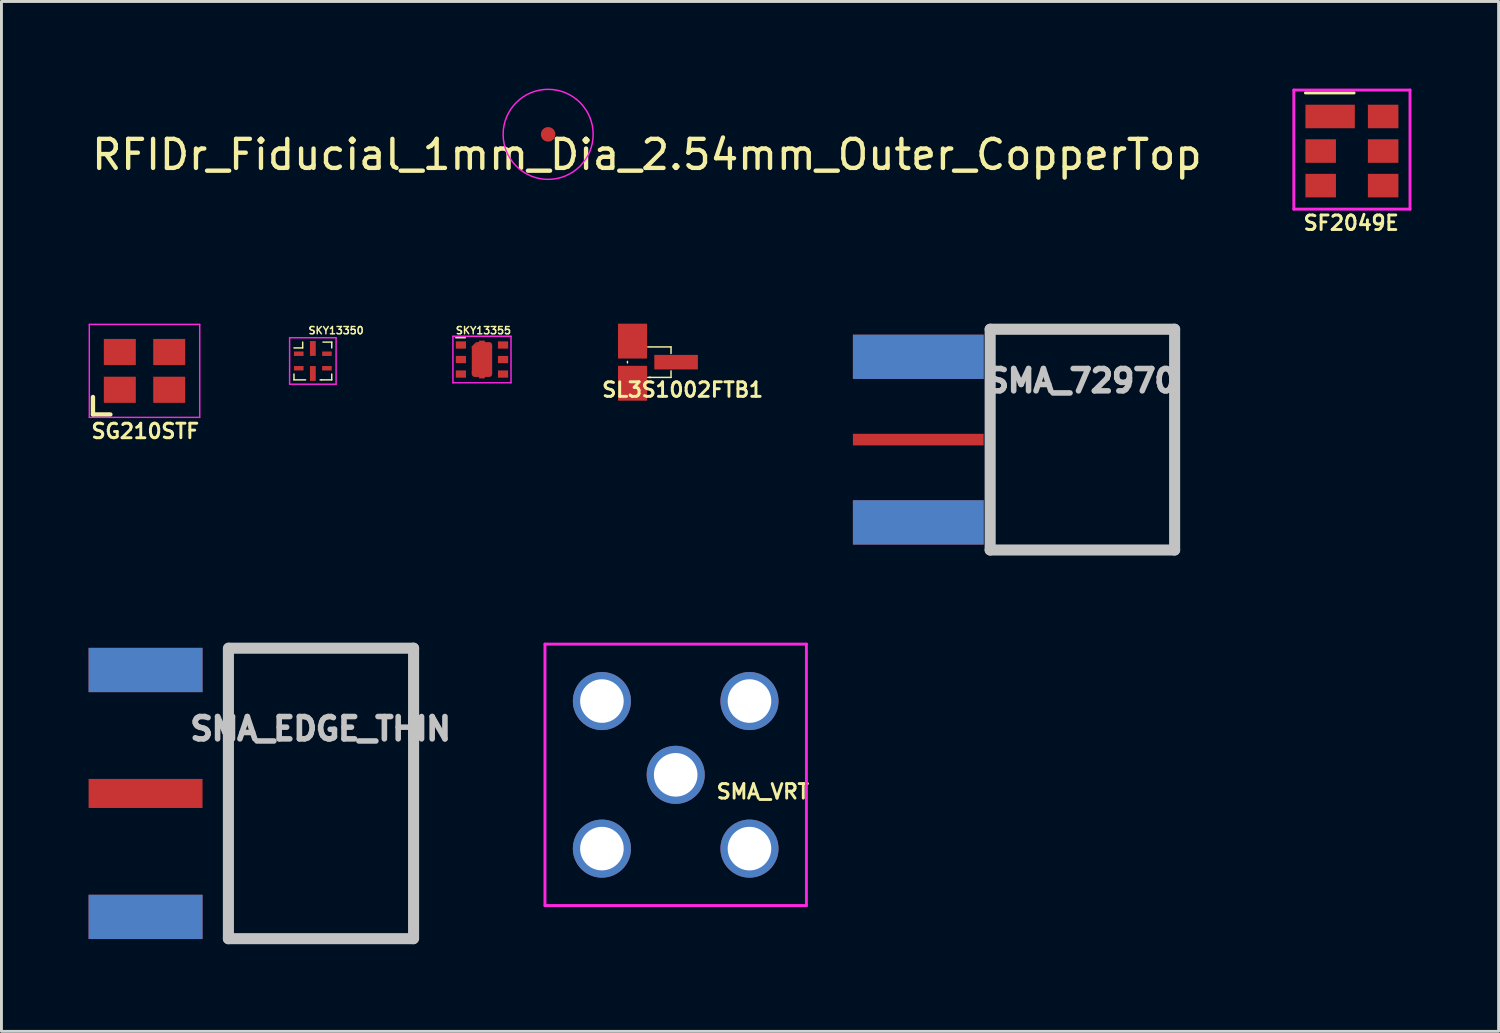
<source format=kicad_pcb>
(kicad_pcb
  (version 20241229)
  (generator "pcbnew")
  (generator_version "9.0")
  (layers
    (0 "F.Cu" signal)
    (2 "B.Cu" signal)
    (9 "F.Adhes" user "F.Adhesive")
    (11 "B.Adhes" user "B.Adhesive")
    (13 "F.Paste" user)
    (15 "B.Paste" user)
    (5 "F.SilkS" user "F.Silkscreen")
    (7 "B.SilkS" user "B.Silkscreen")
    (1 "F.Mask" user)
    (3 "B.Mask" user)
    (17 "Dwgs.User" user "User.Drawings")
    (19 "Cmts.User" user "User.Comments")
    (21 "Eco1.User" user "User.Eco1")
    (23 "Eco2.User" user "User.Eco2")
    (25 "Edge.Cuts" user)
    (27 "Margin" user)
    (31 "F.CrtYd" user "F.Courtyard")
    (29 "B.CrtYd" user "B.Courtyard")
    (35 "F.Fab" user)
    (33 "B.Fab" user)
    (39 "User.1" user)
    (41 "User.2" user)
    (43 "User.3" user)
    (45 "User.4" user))
  (footprint "SF2049E"
    (layer "F.Cu")
    (at 43.49 2.15)
    (property "Reference" "SF2049E" (at -0.025 2.475 0) (layer "F.SilkS") (effects (font (size 0.5 0.5) (thickness 0.1))))
    (attr through_hole)
    (fp_line (start -1.6 -2) (end 0.075 -2) (stroke (width 0.1) (type solid)) (layer "F.SilkS"))
    (fp_line (start -2 -2.1) (end -2 2) (stroke (width 0.1) (type solid)) (layer "F.CrtYd"))
    (fp_line (start -2 2) (end 2 2) (stroke (width 0.1) (type solid)) (layer "F.CrtYd"))
    (fp_line (start 2 -2.1) (end -2 -2.1) (stroke (width 0.1) (type solid)) (layer "F.CrtYd"))
    (fp_line (start 2 2) (end 2 -2.1) (stroke (width 0.1) (type solid)) (layer "F.CrtYd"))
    (pad "1" smd rect (at -0.75 -1.19) (size 1.7 0.81) (layers "F.Cu" "F.Mask" "F.Paste"))
    (pad "2" smd rect (at -1.075 0) (size 1.05 0.81) (layers "F.Cu" "F.Mask" "F.Paste"))
    (pad "3" smd rect (at -1.075 1.19) (size 1.05 0.81) (layers "F.Cu" "F.Mask" "F.Paste"))
    (pad "4" smd rect (at 1.075 1.19) (size 1.05 0.81) (layers "F.Cu" "F.Mask" "F.Paste"))
    (pad "5" smd rect (at 1.075 0) (size 1.05 0.81) (layers "F.Cu" "F.Mask" "F.Paste"))
    (pad "6" smd rect (at 1.075 -1.19) (size 1.05 0.81) (layers "F.Cu" "F.Mask" "F.Paste")))
  (footprint "SMA_EDGE_THIN"
    (layer "F.Cu")
    (at 4.188 24.265)
    (property "Reference" "SMA_EDGE_THIN" (at 3.8 -2.225 0) (layer "Dwgs.User") (effects (font (size 0.768 0.768) (thickness 0.192))))
    (attr through_hole)
    (fp_line (start 0.625 -5) (end 0.625 5) (stroke (width 0.381) (type solid)) (layer "Dwgs.User"))
    (fp_line (start 0.625 5) (end 6.975 5) (stroke (width 0.381) (type solid)) (layer "Dwgs.User"))
    (fp_line (start 7 -5) (end 0.65 -5) (stroke (width 0.381) (type solid)) (layer "Dwgs.User"))
    (fp_line (start 7 5) (end 7 -5) (stroke (width 0.381) (type solid)) (layer "Dwgs.User"))
    (pad "0" connect rect (at -2.227 -4.25) (size 3.922 1.524) (layers "F.Cu" "F.Mask"))
    (pad "1" connect rect (at -2.227 0) (size 3.922 1) (layers "F.Cu" "F.Mask"))
    (pad "2" connect rect (at -2.227 4.25) (size 3.922 1.524) (layers "F.Cu" "F.Mask"))
    (pad "3" connect rect (at -2.227 -4.25) (size 3.922 1.524) (layers "B.Cu" "B.Mask"))
    (pad "4" connect rect (at -2.227 4.25) (size 3.922 1.524) (layers "B.Cu" "B.Mask")))
  (footprint "SMA_72970"
    (layer "F.Cu")
    (at 28.562 12.084)
    (property "Reference" "SMA_72970" (at 5.625 -2.025 0) (layer "Dwgs.User") (effects (font (size 0.768 0.768) (thickness 0.192))))
    (attr through_hole)
    (fp_line (start 2.475 -3.8) (end 2.475 3.8) (stroke (width 0.381) (type solid)) (layer "Dwgs.User"))
    (fp_line (start 2.475 3.8) (end 8.825 3.8) (stroke (width 0.381) (type solid)) (layer "Dwgs.User"))
    (fp_line (start 8.825 -3.8) (end 2.475 -3.8) (stroke (width 0.381) (type solid)) (layer "Dwgs.User"))
    (fp_line (start 8.825 3.8) (end 8.825 -3.8) (stroke (width 0.381) (type solid)) (layer "Dwgs.User"))
    (pad "0" connect rect (at 0 -2.85) (size 4.5 1.524) (layers "F.Cu" "F.Mask"))
    (pad "1" connect rect (at 0 0) (size 4.5 0.4) (layers "F.Cu" "F.Mask"))
    (pad "2" connect rect (at 0 2.85) (size 4.5 1.524) (layers "F.Cu" "F.Mask"))
    (pad "3" connect rect (at 0 -2.85) (size 4.5 1.524) (layers "B.Cu" "B.Mask"))
    (pad "4" connect rect (at 0 2.85) (size 4.5 1.524) (layers "B.Cu" "B.Mask")))
  (footprint "SKY13350"
    (layer "F.Cu")
    (at 7.72 9.377)
    (property "Reference" "SKY13350" (at 0.8 -1.05 0) (layer "F.SilkS") (effects (font (size 0.25 0.25) (thickness 0.05))))
    (attr through_hole)
    (fp_line (start -0.65 -0.45) (end -0.35 -0.45) (stroke (width 0.05) (type solid)) (layer "F.SilkS"))
    (fp_line (start -0.65 0.65) (end -0.65 0.45) (stroke (width 0.05) (type solid)) (layer "F.SilkS"))
    (fp_line (start -0.35 -0.45) (end -0.35 -0.65) (stroke (width 0.05) (type solid)) (layer "F.SilkS"))
    (fp_line (start -0.25 0.65) (end -0.65 0.65) (stroke (width 0.05) (type solid)) (layer "F.SilkS"))
    (fp_line (start 0.25 0.65) (end 0.3 0.65) (stroke (width 0.05) (type solid)) (layer "F.SilkS"))
    (fp_line (start 0.3 0.65) (end 0.65 0.65) (stroke (width 0.05) (type solid)) (layer "F.SilkS"))
    (fp_line (start 0.35 -0.65) (end 0.65 -0.65) (stroke (width 0.05) (type solid)) (layer "F.SilkS"))
    (fp_line (start 0.65 -0.65) (end 0.65 -0.45) (stroke (width 0.05) (type solid)) (layer "F.SilkS"))
    (fp_line (start 0.65 0.65) (end 0.65 0.45) (stroke (width 0.05) (type solid)) (layer "F.SilkS"))
    (fp_line (start -0.8 -0.8) (end -0.8 0.8) (stroke (width 0.05) (type solid)) (layer "F.CrtYd"))
    (fp_line (start -0.8 0.8) (end 0.8 0.8) (stroke (width 0.05) (type solid)) (layer "F.CrtYd"))
    (fp_line (start 0.8 -0.8) (end -0.8 -0.8) (stroke (width 0.05) (type solid)) (layer "F.CrtYd"))
    (fp_line (start 0.8 0.8) (end 0.8 -0.8) (stroke (width 0.05) (type solid)) (layer "F.CrtYd"))
    (pad "1" smd rect (at -0.485 -0.25) (size 0.33 0.153) (layers "F.Cu" "F.Mask" "F.Paste"))
    (pad "2" smd rect (at -0.485 0.25) (size 0.33 0.153) (layers "F.Cu" "F.Mask" "F.Paste"))
    (pad "3" smd rect (at 0 0.43) (size 0.2 0.51) (layers "F.Cu" "F.Mask" "F.Paste"))
    (pad "4" smd rect (at 0.485 0.25) (size 0.33 0.153) (layers "F.Cu" "F.Mask" "F.Paste"))
    (pad "5" smd rect (at 0.485 -0.25) (size 0.33 0.153) (layers "F.Cu" "F.Mask" "F.Paste"))
    (pad "6" smd rect (at 0 -0.43) (size 0.2 0.51) (layers "F.Cu" "F.Mask" "F.Paste")))
  (footprint "SMA_VRT"
    (layer "F.Cu")
    (at 20.211 23.624)
    (property "Reference" "SMA_VRT" (at 3 0.575 0) (layer "F.SilkS") (effects (font (size 0.5 0.5) (thickness 0.1))))
    (attr through_hole)
    (fp_line (start -4.5 -4.5) (end 4.5 -4.5) (stroke (width 0.1) (type solid)) (layer "F.CrtYd"))
    (fp_line (start -4.5 4.5) (end -4.5 -4.5) (stroke (width 0.1) (type solid)) (layer "F.CrtYd"))
    (fp_line (start 4.5 -4.5) (end 4.5 4.5) (stroke (width 0.1) (type solid)) (layer "F.CrtYd"))
    (fp_line (start 4.5 4.5) (end -4.5 4.5) (stroke (width 0.1) (type solid)) (layer "F.CrtYd"))
    (pad "0" thru_hole circle (at 0 0) (size 2 2) (drill 1.5) (layers "*.Cu" "*.Mask"))
    (pad "1" thru_hole circle (at 2.54 -2.54) (size 2 2) (drill 1.5) (layers "*.Cu" "*.Mask"))
    (pad "2" thru_hole circle (at 2.54 2.54) (size 2 2) (drill 1.5) (layers "*.Cu" "*.Mask"))
    (pad "3" thru_hole circle (at -2.54 2.54) (size 2 2) (drill 1.5) (layers "*.Cu" "*.Mask"))
    (pad "4" thru_hole circle (at -2.54 -2.54) (size 2 2) (drill 1.5) (layers "*.Cu" "*.Mask")))
  (footprint "SKY13355"
    (layer "F.Cu")
    (at 13.542 9.327)
    (property "Reference" "SKY13355" (at 0.05 -1 0) (layer "F.SilkS") (effects (font (size 0.25 0.25) (thickness 0.05))))
    (attr through_hole)
    (fp_line (start -0.9 -0.75) (end -0.575 -0.75) (stroke (width 0.05) (type solid)) (layer "F.SilkS"))
    (fp_line (start -1 -0.8) (end -1 0.8) (stroke (width 0.05) (type solid)) (layer "F.CrtYd"))
    (fp_line (start -1 0.8) (end 1 0.8) (stroke (width 0.05) (type solid)) (layer "F.CrtYd"))
    (fp_line (start 1 -0.8) (end -1 -0.8) (stroke (width 0.05) (type solid)) (layer "F.CrtYd"))
    (fp_line (start 1 0.8) (end 1 -0.8) (stroke (width 0.05) (type solid)) (layer "F.CrtYd"))
    (pad "1" smd rect (at -0.725 -0.5) (size 0.35 0.25) (layers "F.Cu" "F.Mask" "F.Paste"))
    (pad "2" smd rect (at -0.725 0) (size 0.35 0.25) (layers "F.Cu" "F.Mask" "F.Paste"))
    (pad "3" smd rect (at -0.725 0.5) (size 0.35 0.25) (layers "F.Cu" "F.Mask" "F.Paste"))
    (pad "4" smd rect (at 0.725 0.5 180) (size 0.35 0.25) (layers "F.Cu" "F.Mask" "F.Paste"))
    (pad "5" smd rect (at 0.725 0 180) (size 0.35 0.25) (layers "F.Cu" "F.Mask" "F.Paste"))
    (pad "6" smd rect (at 0.725 -0.5 180) (size 0.35 0.25) (layers "F.Cu" "F.Mask" "F.Paste"))
    (pad "7" smd trapezoid (at -0.275 -0.425) (size 0.15 0.2) (rect_delta -0.15 0) (layers "F.Cu" "F.Mask" "F.Paste"))
    (pad "7" smd rect (at -0.05 -0.55) (size 0.3 0.1) (layers "F.Cu" "F.Mask" "F.Paste"))
    (pad "7" smd rect (at 0 -0.55) (size 0.2 0.2) (layers "F.Cu" "F.Mask" "F.Paste"))
    (pad "7" smd rect (at 0 0) (size 0.7 0.9) (layers "F.Cu" "F.Mask" "F.Paste"))
    (pad "7" smd rect (at 0 0.45) (size 0.7 0.1) (layers "F.Cu" "F.Mask" "F.Paste"))
    (pad "7" smd oval (at 0 0.5) (size 0.7 0.2) (layers "F.Cu" "F.Mask" "F.Paste"))
    (pad "7" smd rect (at 0 0.55) (size 0.2 0.2) (layers "F.Cu" "F.Mask" "F.Paste"))
    (pad "7" smd rect (at 0.05 -0.45) (size 0.6 0.1) (layers "F.Cu" "F.Mask" "F.Paste"))
    (pad "7" smd oval (at 0.1 -0.5) (size 0.5 0.2) (layers "F.Cu" "F.Mask" "F.Paste")))
  (footprint "RFIDr_Fiducial_1mm_Dia_2.54mm_Outer_CopperTop"
    (layer "F.Cu")
    (at 15.82 1.575)
    (property "Reference" "RFIDr_Fiducial_1mm_Dia_2.54mm_Outer_CopperTop" (at 3.4 0.7 0) (layer "F.SilkS") (effects (font (size 1 1) (thickness 0.15))))
    (attr smd)
    (fp_circle (center 0 0) (end 1.55 0) (stroke (width 0.05) (type solid)) (fill no) (layer "F.CrtYd"))
    (pad "~" smd circle (at 0 0) (size 0.5 0.5) (layers "F.Cu" "F.Mask")))
  (footprint "SG210STF"
    (layer "F.Cu")
    (at 1.925 9.718)
    (property "Reference" "SG210STF" (at 0.025 2.075 0) (layer "F.SilkS") (effects (font (size 0.5 0.5) (thickness 0.1))))
    (attr through_hole)
    (fp_line (start -1.775 0.9) (end -1.775 1.5) (stroke (width 0.15) (type solid)) (layer "F.SilkS"))
    (fp_line (start -1.775 1.5) (end -1.175 1.5) (stroke (width 0.15) (type solid)) (layer "F.SilkS"))
    (fp_line (start -1.9 -1.6) (end -1.9 1.6) (stroke (width 0.05) (type solid)) (layer "F.CrtYd"))
    (fp_line (start -1.9 1.6) (end 1.9 1.6) (stroke (width 0.05) (type solid)) (layer "F.CrtYd"))
    (fp_line (start 1.9 -1.6) (end -1.9 -1.6) (stroke (width 0.05) (type solid)) (layer "F.CrtYd"))
    (fp_line (start 1.9 1.6) (end 1.9 -1.6) (stroke (width 0.05) (type solid)) (layer "F.CrtYd"))
    (pad "1" smd rect (at -0.85 0.65) (size 1.1 0.9) (layers "F.Cu" "F.Mask" "F.Paste"))
    (pad "2" smd rect (at 0.85 0.65) (size 1.1 0.9) (layers "F.Cu" "F.Mask" "F.Paste"))
    (pad "3" smd rect (at 0.85 -0.65) (size 1.1 0.9) (layers "F.Cu" "F.Mask" "F.Paste"))
    (pad "4" smd rect (at -0.85 -0.65) (size 1.1 0.9) (layers "F.Cu" "F.Mask" "F.Paste")))
  (footprint "SL3S1002FTB1"
    (layer "F.Cu")
    (at 19.3 9.418)
    (property "Reference" "SL3S1002FTB1" (at 1.15 0.95 0) (layer "F.SilkS") (effects (font (size 0.5 0.5) (thickness 0.1))))
    (attr through_hole)
    (fp_line (start -0.75 -0.025) (end -0.75 0.025) (stroke (width 0.05) (type solid)) (layer "F.SilkS"))
    (fp_line (start -0.05 -0.525) (end 0.05 -0.525) (stroke (width 0.05) (type solid)) (layer "F.SilkS"))
    (fp_line (start -0.05 0.525) (end 0.05 0.525) (stroke (width 0.05) (type solid)) (layer "F.SilkS"))
    (fp_line (start 0 0.525) (end 0.75 0.525) (stroke (width 0.05) (type solid)) (layer "F.SilkS"))
    (fp_line (start 0.75 -0.525) (end 0.075 -0.525) (stroke (width 0.05) (type solid)) (layer "F.SilkS"))
    (fp_line (start 0.75 -0.3) (end 0.75 -0.525) (stroke (width 0.05) (type solid)) (layer "F.SilkS"))
    (fp_line (start 0.75 0.525) (end 0.75 0.3) (stroke (width 0.05) (type solid)) (layer "F.SilkS"))
    (pad "1" smd rect (at -0.575 -0.725) (size 1 1.2) (layers "F.Cu" "F.Mask" "F.Paste"))
    (pad "2" smd rect (at -0.575 0.725) (size 1 1.2) (layers "F.Cu" "F.Mask" "F.Paste"))
    (pad "3" smd rect (at 0.925 0) (size 1.5 0.5) (layers "F.Cu" "F.Mask" "F.Paste")))
  (gr_rect
    (start -3 -3)
    (end 48.54 32.455)
    (stroke (width 0.1) (type default))
    (fill no)
    (layer "Edge.Cuts")))
</source>
